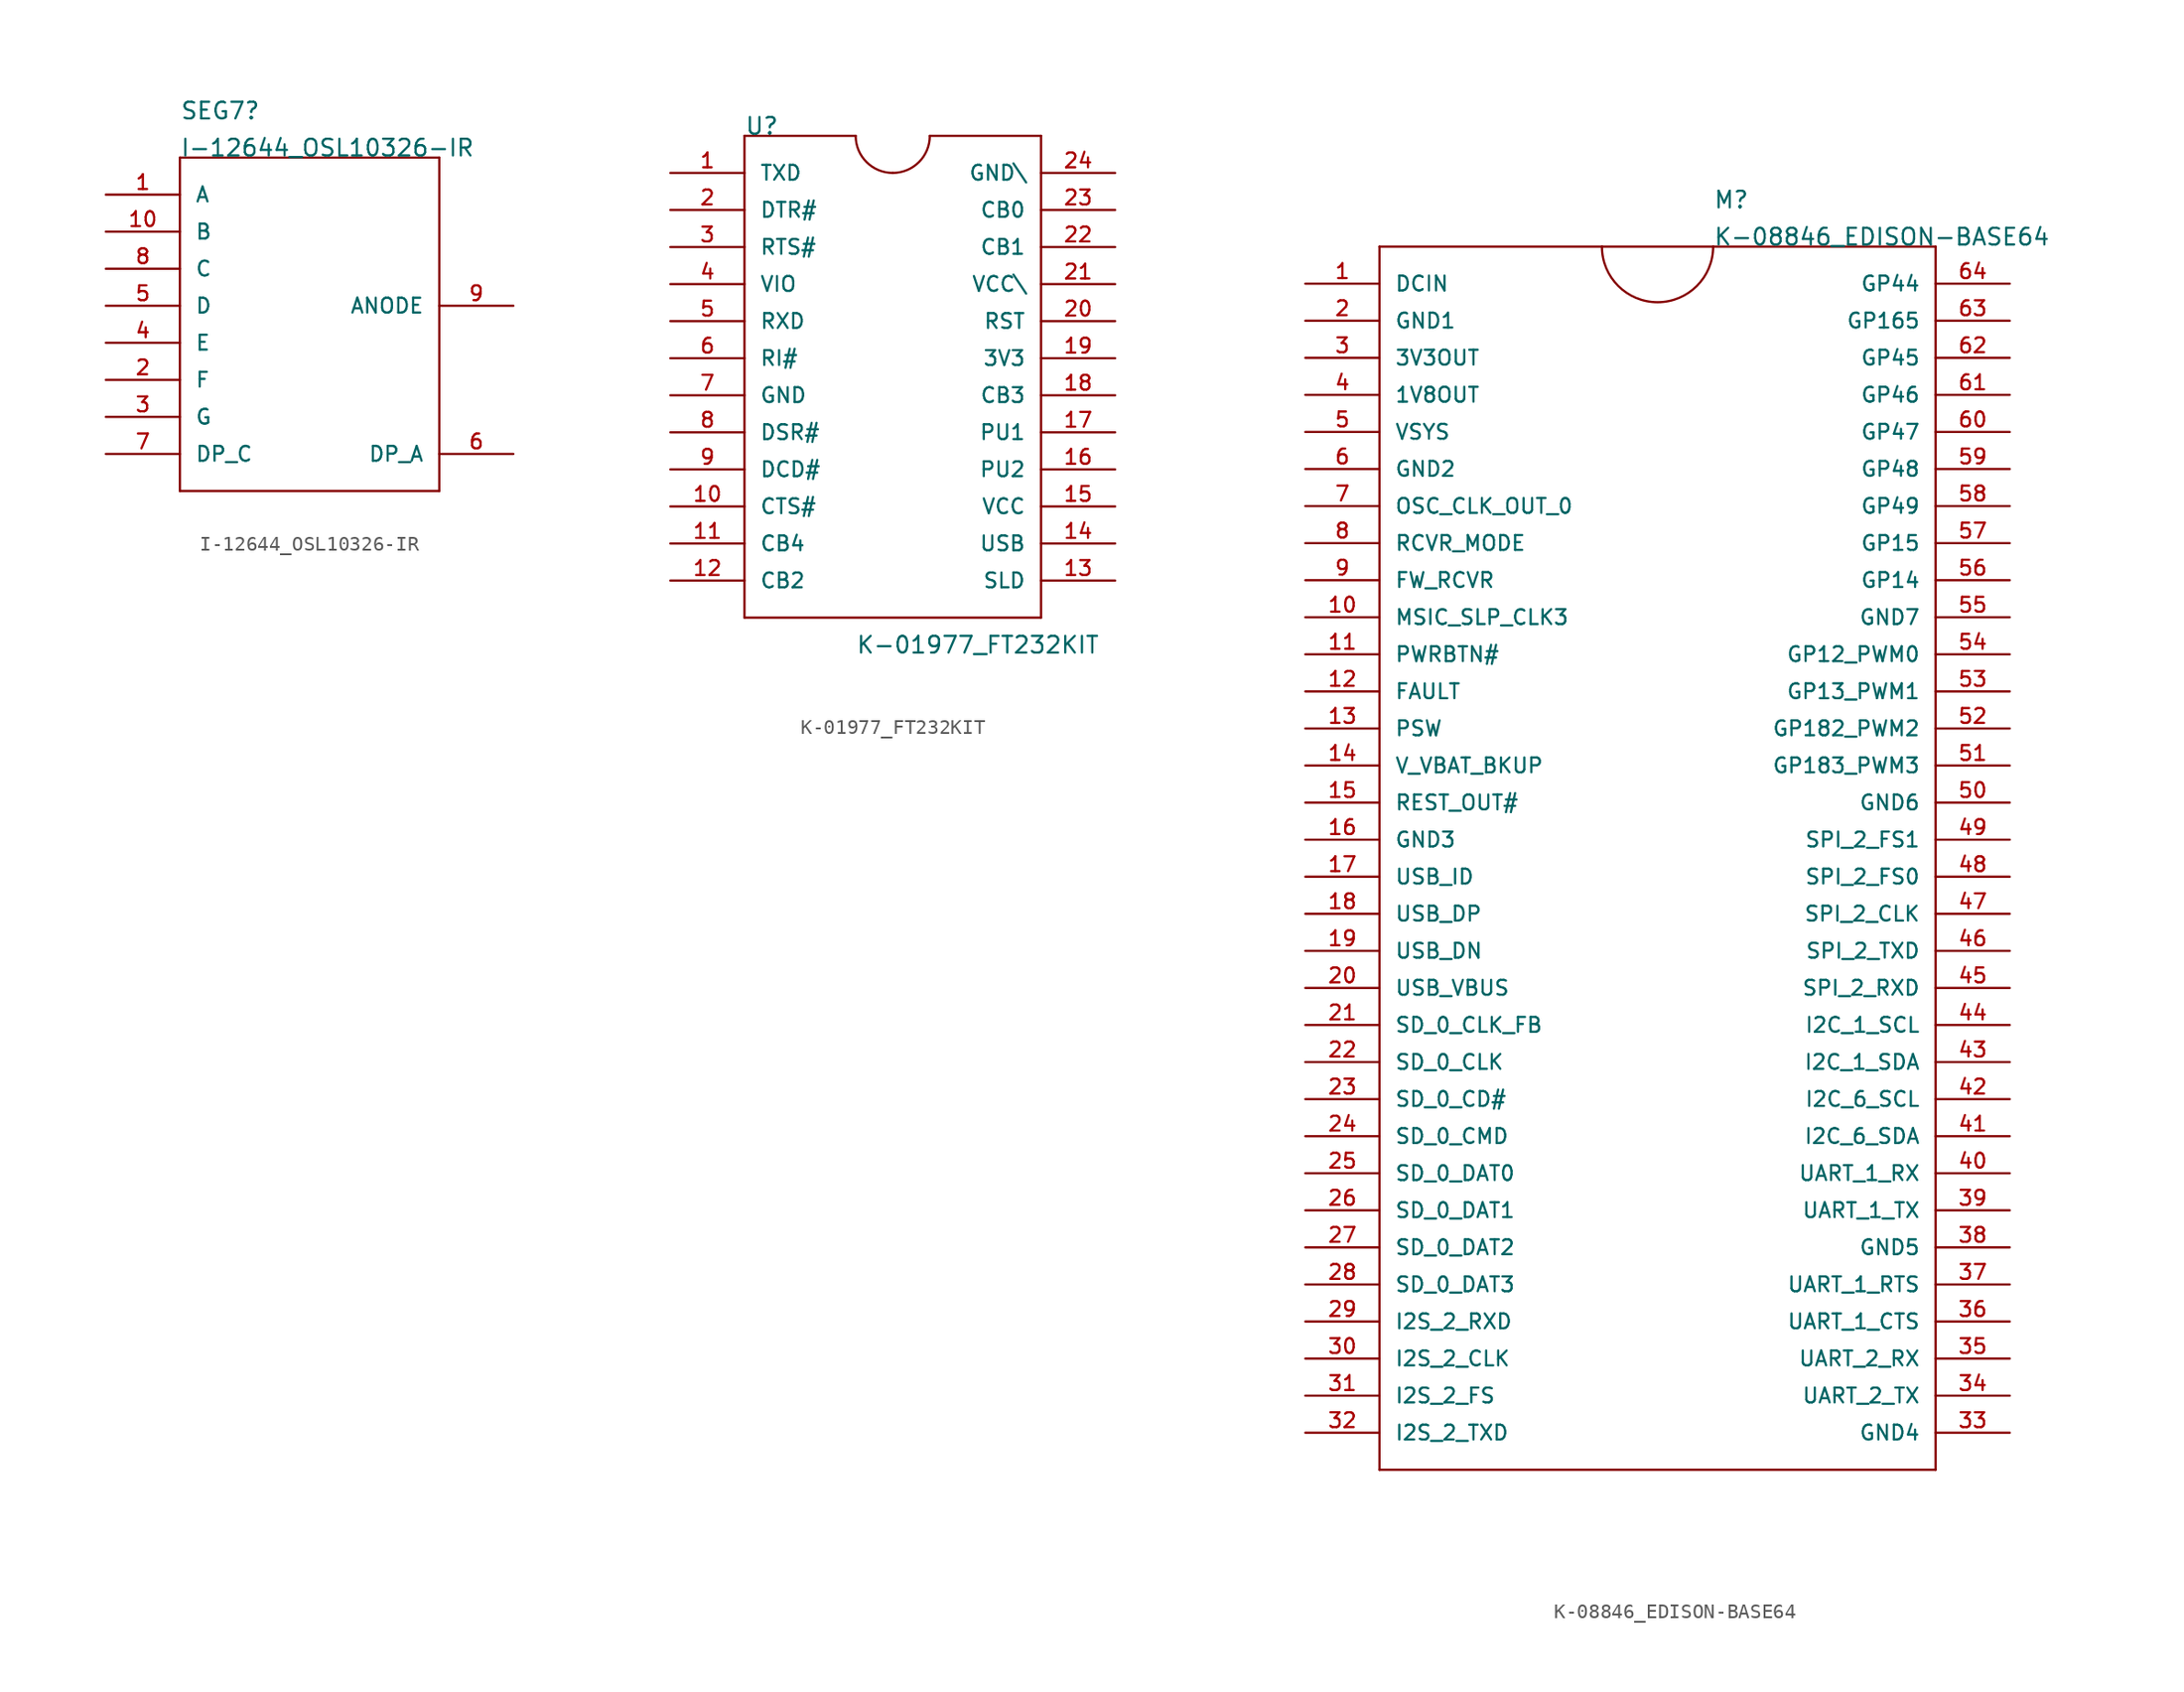
<source format=kicad_sym>
(kicad_symbol_lib
  (version 20211014)
  (generator kicad_symbol_editor)
  (symbol "I-12644_OSL10326-IR"
    (pin_names
      (offset 1.016))
    (property "Reference" "SEG7"
      (at -17.78 17.78 0)
      (effects (font (size 1.143 1.143)) (justify left bottom)))
    (property "Value" "I-12644_OSL10326-IR"
      (at -17.78 15.24 0)
      (effects (font (size 1.143 1.143)) (justify left bottom)))
    (property "ki_locked" ""
      (at 0 0 0)
      (effects (font (size 1.27 1.27))))
    (symbol "I-12644_OSL10326-IR_1_0"
      (polyline (pts (xy -17.78 -7.62) (xy -17.78 15.24)) (stroke (width 0) (type default) (color 0 0 0 0)) (fill (type none)))
      (polyline (pts (xy -17.78 15.24) (xy 0 15.24)) (stroke (width 0) (type default) (color 0 0 0 0)) (fill (type none)))
      (polyline (pts (xy 0 -7.62) (xy -17.78 -7.62)) (stroke (width 0) (type default) (color 0 0 0 0)) (fill (type none)))
      (polyline (pts (xy 0 15.24) (xy 0 -7.62)) (stroke (width 0) (type default) (color 0 0 0 0)) (fill (type none))))
    (symbol "I-12644_OSL10326-IR_1_1"
      (pin bidirectional line (at -22.86 12.7 0) (length 5.08) (name "A" (effects (font (size 1.016 1.016)))) (number "1" (effects (font (size 1.016 1.016)))))
      (pin bidirectional line (at -22.86 10.16 0) (length 5.08) (name "B" (effects (font (size 1.016 1.016)))) (number "10" (effects (font (size 1.016 1.016)))))
      (pin bidirectional line (at -22.86 0 0) (length 5.08) (name "F" (effects (font (size 1.016 1.016)))) (number "2" (effects (font (size 1.016 1.016)))))
      (pin bidirectional line (at -22.86 -2.54 0) (length 5.08) (name "G" (effects (font (size 1.016 1.016)))) (number "3" (effects (font (size 1.016 1.016)))))
      (pin bidirectional line (at -22.86 2.54 0) (length 5.08) (name "E" (effects (font (size 1.016 1.016)))) (number "4" (effects (font (size 1.016 1.016)))))
      (pin bidirectional line (at -22.86 5.08 0) (length 5.08) (name "D" (effects (font (size 1.016 1.016)))) (number "5" (effects (font (size 1.016 1.016)))))
      (pin bidirectional line (at 5.08 -5.08 180) (length 5.08) (name "DP_A" (effects (font (size 1.016 1.016)))) (number "6" (effects (font (size 1.016 1.016)))))
      (pin bidirectional line (at -22.86 -5.08 0) (length 5.08) (name "DP_C" (effects (font (size 1.016 1.016)))) (number "7" (effects (font (size 1.016 1.016)))))
      (pin bidirectional line (at -22.86 7.62 0) (length 5.08) (name "C" (effects (font (size 1.016 1.016)))) (number "8" (effects (font (size 1.016 1.016)))))
      (pin bidirectional line (at 5.08 5.08 180) (length 5.08) (name "ANODE" (effects (font (size 1.016 1.016)))) (number "9" (effects (font (size 1.016 1.016)))))))
  (symbol "K-01977_FT232KIT"
    (pin_names
      (offset 1.016))
    (property "Reference" "U"
      (at -7.62 20.32 0)
      (effects (font (size 1.143 1.143)) (justify left bottom)))
    (property "Value" "K-01977_FT232KIT"
      (at 0 -15.24 0)
      (effects (font (size 1.143 1.143)) (justify left bottom)))
    (property "ki_locked" ""
      (at 0 0 0)
      (effects (font (size 1.27 1.27))))
    (symbol "K-01977_FT232KIT_1_0"
      (polyline (pts (xy -7.62 -12.7) (xy -7.62 20.32)) (stroke (width 0) (type default) (color 0 0 0 0)) (fill (type none)))
      (polyline (pts (xy -7.62 20.32) (xy 0 20.32)) (stroke (width 0) (type default) (color 0 0 0 0)) (fill (type none)))
      (polyline (pts (xy 5.08 20.32) (xy 12.7 20.32)) (stroke (width 0) (type default) (color 0 0 0 0)) (fill (type none)))
      (polyline (pts (xy 12.7 -12.7) (xy -7.62 -12.7)) (stroke (width 0) (type default) (color 0 0 0 0)) (fill (type none)))
      (polyline (pts (xy 12.7 20.32) (xy 12.7 -12.7)) (stroke (width 0) (type default) (color 0 0 0 0)) (fill (type none))))
    (symbol "K-01977_FT232KIT_1_1"
      (arc (start 0 20.32) (mid 0.7439 18.5239) (end 2.54 17.78) (stroke (width 0) (type default) (color 0 0 0 0)) (fill (type none)))
      (arc (start 2.54 17.78) (mid 4.3361 18.5239) (end 5.08 20.32) (stroke (width 0) (type default) (color 0 0 0 0)) (fill (type none)))
      (pin bidirectional line (at -12.7 17.78 0) (length 5.08) (name "TXD" (effects (font (size 1.016 1.016)))) (number "1" (effects (font (size 1.016 1.016)))))
      (pin bidirectional line (at -12.7 -5.08 0) (length 5.08) (name "CTS#" (effects (font (size 1.016 1.016)))) (number "10" (effects (font (size 1.016 1.016)))))
      (pin bidirectional line (at -12.7 -7.62 0) (length 5.08) (name "CB4" (effects (font (size 1.016 1.016)))) (number "11" (effects (font (size 1.016 1.016)))))
      (pin bidirectional line (at -12.7 -10.16 0) (length 5.08) (name "CB2" (effects (font (size 1.016 1.016)))) (number "12" (effects (font (size 1.016 1.016)))))
      (pin bidirectional line (at 17.78 -10.16 180) (length 5.08) (name "SLD" (effects (font (size 1.016 1.016)))) (number "13" (effects (font (size 1.016 1.016)))))
      (pin bidirectional line (at 17.78 -7.62 180) (length 5.08) (name "USB" (effects (font (size 1.016 1.016)))) (number "14" (effects (font (size 1.016 1.016)))))
      (pin bidirectional line (at 17.78 -5.08 180) (length 5.08) (name "VCC" (effects (font (size 1.016 1.016)))) (number "15" (effects (font (size 1.016 1.016)))))
      (pin bidirectional line (at 17.78 -2.54 180) (length 5.08) (name "PU2" (effects (font (size 1.016 1.016)))) (number "16" (effects (font (size 1.016 1.016)))))
      (pin bidirectional line (at 17.78 0 180) (length 5.08) (name "PU1" (effects (font (size 1.016 1.016)))) (number "17" (effects (font (size 1.016 1.016)))))
      (pin bidirectional line (at 17.78 2.54 180) (length 5.08) (name "CB3" (effects (font (size 1.016 1.016)))) (number "18" (effects (font (size 1.016 1.016)))))
      (pin bidirectional line (at 17.78 5.08 180) (length 5.08) (name "3V3" (effects (font (size 1.016 1.016)))) (number "19" (effects (font (size 1.016 1.016)))))
      (pin bidirectional line (at -12.7 15.24 0) (length 5.08) (name "DTR#" (effects (font (size 1.016 1.016)))) (number "2" (effects (font (size 1.016 1.016)))))
      (pin bidirectional line (at 17.78 7.62 180) (length 5.08) (name "RST" (effects (font (size 1.016 1.016)))) (number "20" (effects (font (size 1.016 1.016)))))
      (pin bidirectional line (at 17.78 10.16 180) (length 5.08) (name "VCC\\" (effects (font (size 1.016 1.016)))) (number "21" (effects (font (size 1.016 1.016)))))
      (pin bidirectional line (at 17.78 12.7 180) (length 5.08) (name "CB1" (effects (font (size 1.016 1.016)))) (number "22" (effects (font (size 1.016 1.016)))))
      (pin bidirectional line (at 17.78 15.24 180) (length 5.08) (name "CB0" (effects (font (size 1.016 1.016)))) (number "23" (effects (font (size 1.016 1.016)))))
      (pin bidirectional line (at 17.78 17.78 180) (length 5.08) (name "GND\\" (effects (font (size 1.016 1.016)))) (number "24" (effects (font (size 1.016 1.016)))))
      (pin bidirectional line (at -12.7 12.7 0) (length 5.08) (name "RTS#" (effects (font (size 1.016 1.016)))) (number "3" (effects (font (size 1.016 1.016)))))
      (pin bidirectional line (at -12.7 10.16 0) (length 5.08) (name "VIO" (effects (font (size 1.016 1.016)))) (number "4" (effects (font (size 1.016 1.016)))))
      (pin bidirectional line (at -12.7 7.62 0) (length 5.08) (name "RXD" (effects (font (size 1.016 1.016)))) (number "5" (effects (font (size 1.016 1.016)))))
      (pin bidirectional line (at -12.7 5.08 0) (length 5.08) (name "RI#" (effects (font (size 1.016 1.016)))) (number "6" (effects (font (size 1.016 1.016)))))
      (pin bidirectional line (at -12.7 2.54 0) (length 5.08) (name "GND" (effects (font (size 1.016 1.016)))) (number "7" (effects (font (size 1.016 1.016)))))
      (pin bidirectional line (at -12.7 0 0) (length 5.08) (name "DSR#" (effects (font (size 1.016 1.016)))) (number "8" (effects (font (size 1.016 1.016)))))
      (pin bidirectional line (at -12.7 -2.54 0) (length 5.08) (name "DCD#" (effects (font (size 1.016 1.016)))) (number "9" (effects (font (size 1.016 1.016)))))))
  (symbol "K-08846_EDISON-BASE64"
    (pin_names
      (offset 1.016))
    (property "Reference" "M"
      (at 5.08 45.72 0)
      (effects (font (size 1.143 1.143)) (justify left bottom)))
    (property "Value" "K-08846_EDISON-BASE64"
      (at 5.08 43.18 0)
      (effects (font (size 1.143 1.143)) (justify left bottom)))
    (property "ki_locked" ""
      (at 0 0 0)
      (effects (font (size 1.27 1.27))))
    (symbol "K-08846_EDISON-BASE64_1_0"
      (polyline (pts (xy -17.78 -40.64) (xy -17.78 43.18)) (stroke (width 0) (type default) (color 0 0 0 0)) (fill (type none)))
      (polyline (pts (xy -17.78 43.18) (xy -2.54 43.18)) (stroke (width 0) (type default) (color 0 0 0 0)) (fill (type none)))
      (polyline (pts (xy -2.54 43.18) (xy 5.08 43.18)) (stroke (width 0) (type default) (color 0 0 0 0)) (fill (type none)))
      (polyline (pts (xy 5.08 43.18) (xy 20.32 43.18)) (stroke (width 0) (type default) (color 0 0 0 0)) (fill (type none)))
      (polyline (pts (xy 20.32 -40.64) (xy -17.78 -40.64)) (stroke (width 0) (type default) (color 0 0 0 0)) (fill (type none)))
      (polyline (pts (xy 20.32 43.18) (xy 20.32 -40.64)) (stroke (width 0) (type default) (color 0 0 0 0)) (fill (type none))))
    (symbol "K-08846_EDISON-BASE64_1_1"
      (arc (start -2.54 43.18) (mid 1.27 39.37) (end 5.08 43.18) (stroke (width 0) (type default) (color 0 0 0 0)) (fill (type none)))
      (pin bidirectional line (at -22.86 40.64 0) (length 5.08) (name "DCIN" (effects (font (size 1.016 1.016)))) (number "1" (effects (font (size 1.016 1.016)))))
      (pin bidirectional line (at -22.86 17.78 0) (length 5.08) (name "MSIC_SLP_CLK3" (effects (font (size 1.016 1.016)))) (number "10" (effects (font (size 1.016 1.016)))))
      (pin bidirectional line (at -22.86 15.24 0) (length 5.08) (name "PWRBTN#" (effects (font (size 1.016 1.016)))) (number "11" (effects (font (size 1.016 1.016)))))
      (pin bidirectional line (at -22.86 12.7 0) (length 5.08) (name "FAULT" (effects (font (size 1.016 1.016)))) (number "12" (effects (font (size 1.016 1.016)))))
      (pin bidirectional line (at -22.86 10.16 0) (length 5.08) (name "PSW" (effects (font (size 1.016 1.016)))) (number "13" (effects (font (size 1.016 1.016)))))
      (pin bidirectional line (at -22.86 7.62 0) (length 5.08) (name "V_VBAT_BKUP" (effects (font (size 1.016 1.016)))) (number "14" (effects (font (size 1.016 1.016)))))
      (pin bidirectional line (at -22.86 5.08 0) (length 5.08) (name "REST_OUT#" (effects (font (size 1.016 1.016)))) (number "15" (effects (font (size 1.016 1.016)))))
      (pin bidirectional line (at -22.86 2.54 0) (length 5.08) (name "GND3" (effects (font (size 1.016 1.016)))) (number "16" (effects (font (size 1.016 1.016)))))
      (pin bidirectional line (at -22.86 0 0) (length 5.08) (name "USB_ID" (effects (font (size 1.016 1.016)))) (number "17" (effects (font (size 1.016 1.016)))))
      (pin bidirectional line (at -22.86 -2.54 0) (length 5.08) (name "USB_DP" (effects (font (size 1.016 1.016)))) (number "18" (effects (font (size 1.016 1.016)))))
      (pin bidirectional line (at -22.86 -5.08 0) (length 5.08) (name "USB_DN" (effects (font (size 1.016 1.016)))) (number "19" (effects (font (size 1.016 1.016)))))
      (pin bidirectional line (at -22.86 38.1 0) (length 5.08) (name "GND1" (effects (font (size 1.016 1.016)))) (number "2" (effects (font (size 1.016 1.016)))))
      (pin bidirectional line (at -22.86 -7.62 0) (length 5.08) (name "USB_VBUS" (effects (font (size 1.016 1.016)))) (number "20" (effects (font (size 1.016 1.016)))))
      (pin bidirectional line (at -22.86 -10.16 0) (length 5.08) (name "SD_0_CLK_FB" (effects (font (size 1.016 1.016)))) (number "21" (effects (font (size 1.016 1.016)))))
      (pin bidirectional line (at -22.86 -12.7 0) (length 5.08) (name "SD_0_CLK" (effects (font (size 1.016 1.016)))) (number "22" (effects (font (size 1.016 1.016)))))
      (pin bidirectional line (at -22.86 -15.24 0) (length 5.08) (name "SD_0_CD#" (effects (font (size 1.016 1.016)))) (number "23" (effects (font (size 1.016 1.016)))))
      (pin bidirectional line (at -22.86 -17.78 0) (length 5.08) (name "SD_0_CMD" (effects (font (size 1.016 1.016)))) (number "24" (effects (font (size 1.016 1.016)))))
      (pin bidirectional line (at -22.86 -20.32 0) (length 5.08) (name "SD_0_DAT0" (effects (font (size 1.016 1.016)))) (number "25" (effects (font (size 1.016 1.016)))))
      (pin bidirectional line (at -22.86 -22.86 0) (length 5.08) (name "SD_0_DAT1" (effects (font (size 1.016 1.016)))) (number "26" (effects (font (size 1.016 1.016)))))
      (pin bidirectional line (at -22.86 -25.4 0) (length 5.08) (name "SD_0_DAT2" (effects (font (size 1.016 1.016)))) (number "27" (effects (font (size 1.016 1.016)))))
      (pin bidirectional line (at -22.86 -27.94 0) (length 5.08) (name "SD_0_DAT3" (effects (font (size 1.016 1.016)))) (number "28" (effects (font (size 1.016 1.016)))))
      (pin bidirectional line (at -22.86 -30.48 0) (length 5.08) (name "I2S_2_RXD" (effects (font (size 1.016 1.016)))) (number "29" (effects (font (size 1.016 1.016)))))
      (pin bidirectional line (at -22.86 35.56 0) (length 5.08) (name "3V3OUT" (effects (font (size 1.016 1.016)))) (number "3" (effects (font (size 1.016 1.016)))))
      (pin bidirectional line (at -22.86 -33.02 0) (length 5.08) (name "I2S_2_CLK" (effects (font (size 1.016 1.016)))) (number "30" (effects (font (size 1.016 1.016)))))
      (pin bidirectional line (at -22.86 -35.56 0) (length 5.08) (name "I2S_2_FS" (effects (font (size 1.016 1.016)))) (number "31" (effects (font (size 1.016 1.016)))))
      (pin bidirectional line (at -22.86 -38.1 0) (length 5.08) (name "I2S_2_TXD" (effects (font (size 1.016 1.016)))) (number "32" (effects (font (size 1.016 1.016)))))
      (pin bidirectional line (at 25.4 -38.1 180) (length 5.08) (name "GND4" (effects (font (size 1.016 1.016)))) (number "33" (effects (font (size 1.016 1.016)))))
      (pin bidirectional line (at 25.4 -35.56 180) (length 5.08) (name "UART_2_TX" (effects (font (size 1.016 1.016)))) (number "34" (effects (font (size 1.016 1.016)))))
      (pin bidirectional line (at 25.4 -33.02 180) (length 5.08) (name "UART_2_RX" (effects (font (size 1.016 1.016)))) (number "35" (effects (font (size 1.016 1.016)))))
      (pin bidirectional line (at 25.4 -30.48 180) (length 5.08) (name "UART_1_CTS" (effects (font (size 1.016 1.016)))) (number "36" (effects (font (size 1.016 1.016)))))
      (pin bidirectional line (at 25.4 -27.94 180) (length 5.08) (name "UART_1_RTS" (effects (font (size 1.016 1.016)))) (number "37" (effects (font (size 1.016 1.016)))))
      (pin bidirectional line (at 25.4 -25.4 180) (length 5.08) (name "GND5" (effects (font (size 1.016 1.016)))) (number "38" (effects (font (size 1.016 1.016)))))
      (pin bidirectional line (at 25.4 -22.86 180) (length 5.08) (name "UART_1_TX" (effects (font (size 1.016 1.016)))) (number "39" (effects (font (size 1.016 1.016)))))
      (pin bidirectional line (at -22.86 33.02 0) (length 5.08) (name "1V8OUT" (effects (font (size 1.016 1.016)))) (number "4" (effects (font (size 1.016 1.016)))))
      (pin bidirectional line (at 25.4 -20.32 180) (length 5.08) (name "UART_1_RX" (effects (font (size 1.016 1.016)))) (number "40" (effects (font (size 1.016 1.016)))))
      (pin bidirectional line (at 25.4 -17.78 180) (length 5.08) (name "I2C_6_SDA" (effects (font (size 1.016 1.016)))) (number "41" (effects (font (size 1.016 1.016)))))
      (pin bidirectional line (at 25.4 -15.24 180) (length 5.08) (name "I2C_6_SCL" (effects (font (size 1.016 1.016)))) (number "42" (effects (font (size 1.016 1.016)))))
      (pin bidirectional line (at 25.4 -12.7 180) (length 5.08) (name "I2C_1_SDA" (effects (font (size 1.016 1.016)))) (number "43" (effects (font (size 1.016 1.016)))))
      (pin bidirectional line (at 25.4 -10.16 180) (length 5.08) (name "I2C_1_SCL" (effects (font (size 1.016 1.016)))) (number "44" (effects (font (size 1.016 1.016)))))
      (pin bidirectional line (at 25.4 -7.62 180) (length 5.08) (name "SPI_2_RXD" (effects (font (size 1.016 1.016)))) (number "45" (effects (font (size 1.016 1.016)))))
      (pin bidirectional line (at 25.4 -5.08 180) (length 5.08) (name "SPI_2_TXD" (effects (font (size 1.016 1.016)))) (number "46" (effects (font (size 1.016 1.016)))))
      (pin bidirectional line (at 25.4 -2.54 180) (length 5.08) (name "SPI_2_CLK" (effects (font (size 1.016 1.016)))) (number "47" (effects (font (size 1.016 1.016)))))
      (pin bidirectional line (at 25.4 0 180) (length 5.08) (name "SPI_2_FS0" (effects (font (size 1.016 1.016)))) (number "48" (effects (font (size 1.016 1.016)))))
      (pin bidirectional line (at 25.4 2.54 180) (length 5.08) (name "SPI_2_FS1" (effects (font (size 1.016 1.016)))) (number "49" (effects (font (size 1.016 1.016)))))
      (pin bidirectional line (at -22.86 30.48 0) (length 5.08) (name "VSYS" (effects (font (size 1.016 1.016)))) (number "5" (effects (font (size 1.016 1.016)))))
      (pin bidirectional line (at 25.4 5.08 180) (length 5.08) (name "GND6" (effects (font (size 1.016 1.016)))) (number "50" (effects (font (size 1.016 1.016)))))
      (pin bidirectional line (at 25.4 7.62 180) (length 5.08) (name "GP183_PWM3" (effects (font (size 1.016 1.016)))) (number "51" (effects (font (size 1.016 1.016)))))
      (pin bidirectional line (at 25.4 10.16 180) (length 5.08) (name "GP182_PWM2" (effects (font (size 1.016 1.016)))) (number "52" (effects (font (size 1.016 1.016)))))
      (pin bidirectional line (at 25.4 12.7 180) (length 5.08) (name "GP13_PWM1" (effects (font (size 1.016 1.016)))) (number "53" (effects (font (size 1.016 1.016)))))
      (pin bidirectional line (at 25.4 15.24 180) (length 5.08) (name "GP12_PWM0" (effects (font (size 1.016 1.016)))) (number "54" (effects (font (size 1.016 1.016)))))
      (pin bidirectional line (at 25.4 17.78 180) (length 5.08) (name "GND7" (effects (font (size 1.016 1.016)))) (number "55" (effects (font (size 1.016 1.016)))))
      (pin bidirectional line (at 25.4 20.32 180) (length 5.08) (name "GP14" (effects (font (size 1.016 1.016)))) (number "56" (effects (font (size 1.016 1.016)))))
      (pin bidirectional line (at 25.4 22.86 180) (length 5.08) (name "GP15" (effects (font (size 1.016 1.016)))) (number "57" (effects (font (size 1.016 1.016)))))
      (pin bidirectional line (at 25.4 25.4 180) (length 5.08) (name "GP49" (effects (font (size 1.016 1.016)))) (number "58" (effects (font (size 1.016 1.016)))))
      (pin bidirectional line (at 25.4 27.94 180) (length 5.08) (name "GP48" (effects (font (size 1.016 1.016)))) (number "59" (effects (font (size 1.016 1.016)))))
      (pin bidirectional line (at -22.86 27.94 0) (length 5.08) (name "GND2" (effects (font (size 1.016 1.016)))) (number "6" (effects (font (size 1.016 1.016)))))
      (pin bidirectional line (at 25.4 30.48 180) (length 5.08) (name "GP47" (effects (font (size 1.016 1.016)))) (number "60" (effects (font (size 1.016 1.016)))))
      (pin bidirectional line (at 25.4 33.02 180) (length 5.08) (name "GP46" (effects (font (size 1.016 1.016)))) (number "61" (effects (font (size 1.016 1.016)))))
      (pin bidirectional line (at 25.4 35.56 180) (length 5.08) (name "GP45" (effects (font (size 1.016 1.016)))) (number "62" (effects (font (size 1.016 1.016)))))
      (pin bidirectional line (at 25.4 38.1 180) (length 5.08) (name "GP165" (effects (font (size 1.016 1.016)))) (number "63" (effects (font (size 1.016 1.016)))))
      (pin bidirectional line (at 25.4 40.64 180) (length 5.08) (name "GP44" (effects (font (size 1.016 1.016)))) (number "64" (effects (font (size 1.016 1.016)))))
      (pin bidirectional line (at -22.86 25.4 0) (length 5.08) (name "OSC_CLK_OUT_0" (effects (font (size 1.016 1.016)))) (number "7" (effects (font (size 1.016 1.016)))))
      (pin bidirectional line (at -22.86 22.86 0) (length 5.08) (name "RCVR_MODE" (effects (font (size 1.016 1.016)))) (number "8" (effects (font (size 1.016 1.016)))))
      (pin bidirectional line (at -22.86 20.32 0) (length 5.08) (name "FW_RCVR" (effects (font (size 1.016 1.016)))) (number "9" (effects (font (size 1.016 1.016))))))))
</source>
